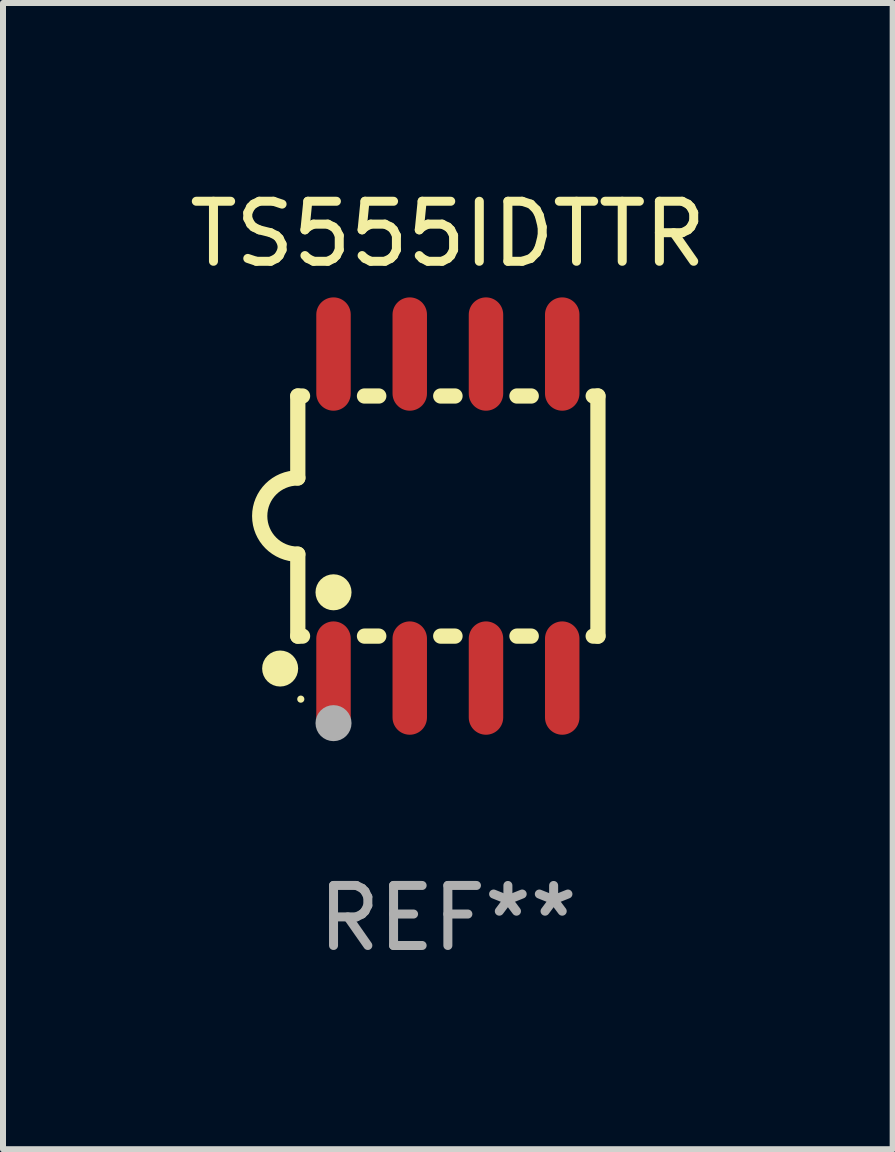
<source format=kicad_pcb>
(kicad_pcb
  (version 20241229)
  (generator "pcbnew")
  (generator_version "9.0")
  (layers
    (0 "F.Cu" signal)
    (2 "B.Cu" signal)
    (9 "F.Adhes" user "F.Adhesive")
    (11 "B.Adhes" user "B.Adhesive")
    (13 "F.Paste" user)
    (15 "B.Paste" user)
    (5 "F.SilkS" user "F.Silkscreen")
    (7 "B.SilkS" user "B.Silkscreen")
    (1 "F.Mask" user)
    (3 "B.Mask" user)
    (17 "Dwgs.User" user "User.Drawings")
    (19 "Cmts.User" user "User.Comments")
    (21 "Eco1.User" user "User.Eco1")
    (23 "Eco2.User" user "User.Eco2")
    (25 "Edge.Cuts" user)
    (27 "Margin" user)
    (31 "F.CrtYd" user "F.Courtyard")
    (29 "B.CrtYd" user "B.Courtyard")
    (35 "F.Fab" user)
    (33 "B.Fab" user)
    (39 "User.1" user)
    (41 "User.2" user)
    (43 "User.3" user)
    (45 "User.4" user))
  (footprint "TS555IDTTR"
    (layer "F.Cu")
    (at 4.411 5.547)
    (property "Reference" "TS555IDTTR" (at 0 -4.699 0) (layer "F.SilkS") (effects (font (size 1 1) (thickness 0.15))))
    (attr through_hole)
    (fp_line (start -2.5 -2) (end -2.5 -0.635) (stroke (width 0.254) (type solid)) (layer "F.SilkS"))
    (fp_line (start -2.5 -2) (end -2.421 -2) (stroke (width 0.254) (type solid)) (layer "F.SilkS"))
    (fp_line (start -2.5 2) (end -2.5 0.635) (stroke (width 0.254) (type solid)) (layer "F.SilkS"))
    (fp_line (start -2.5 2) (end -2.421 2) (stroke (width 0.254) (type solid)) (layer "F.SilkS"))
    (fp_line (start -1.389 -2) (end -1.151 -2) (stroke (width 0.254) (type solid)) (layer "F.SilkS"))
    (fp_line (start -1.389 2) (end -1.151 2) (stroke (width 0.254) (type solid)) (layer "F.SilkS"))
    (fp_line (start -0.119 -2) (end 0.119 -2) (stroke (width 0.254) (type solid)) (layer "F.SilkS"))
    (fp_line (start -0.119 2) (end 0.119 2) (stroke (width 0.254) (type solid)) (layer "F.SilkS"))
    (fp_line (start 1.151 -2) (end 1.389 -2) (stroke (width 0.254) (type solid)) (layer "F.SilkS"))
    (fp_line (start 1.151 2) (end 1.389 2) (stroke (width 0.254) (type solid)) (layer "F.SilkS"))
    (fp_line (start 2.421 -2) (end 2.5 -2) (stroke (width 0.254) (type solid)) (layer "F.SilkS"))
    (fp_line (start 2.421 2) (end 2.5 2) (stroke (width 0.254) (type solid)) (layer "F.SilkS"))
    (fp_line (start 2.5 -2) (end 2.5 2) (stroke (width 0.254) (type solid)) (layer "F.SilkS"))
    (fp_arc (start -2.5 0.635001) (mid -3.134366 -0.000318) (end -2.499365 -0.635001) (stroke (width 0.254001) (type solid)) (layer "F.SilkS"))
    (fp_circle (center -2.794 2.54) (end -2.644 2.54) (stroke (width 0.3) (type solid)) (fill no) (layer "F.SilkS"))
    (fp_circle (center -2.45 3.05) (end -2.42 3.05) (stroke (width 0.06) (type solid)) (fill no) (layer "F.SilkS"))
    (fp_circle (center -1.905 1.27) (end -1.755 1.27) (stroke (width 0.3) (type solid)) (fill no) (layer "F.SilkS"))
    (fp_circle (center -1.905 3.45) (end -1.755 3.45) (stroke (width 0.3) (type solid)) (fill no) (layer "F.Fab"))
    (fp_text user "REF**" (at 0 6.699 0) (layer "F.Fab") (effects (font (size 1 1) (thickness 0.15))))
    (pad "1" smd oval (at -1.905 2.699) (size 0.574 1.888) (layers "F.Cu" "F.Mask" "F.Paste"))
    (pad "2" smd oval (at -0.635 2.699) (size 0.574 1.888) (layers "F.Cu" "F.Mask" "F.Paste"))
    (pad "3" smd oval (at 0.635 2.699) (size 0.574 1.888) (layers "F.Cu" "F.Mask" "F.Paste"))
    (pad "4" smd oval (at 1.905 2.699) (size 0.574 1.888) (layers "F.Cu" "F.Mask" "F.Paste"))
    (pad "5" smd oval (at 1.905 -2.699) (size 0.574 1.888) (layers "F.Cu" "F.Mask" "F.Paste"))
    (pad "6" smd oval (at 0.635 -2.699) (size 0.574 1.888) (layers "F.Cu" "F.Mask" "F.Paste"))
    (pad "7" smd oval (at -0.635 -2.699) (size 0.574 1.888) (layers "F.Cu" "F.Mask" "F.Paste"))
    (pad "8" smd oval (at -1.905 -2.699) (size 0.574 1.888) (layers "F.Cu" "F.Mask" "F.Paste")))
  (gr_rect
    (start -3 -3)
    (end 11.821 16.095)
    (stroke (width 0.1) (type default))
    (fill no)
    (layer "Edge.Cuts")))
</source>
